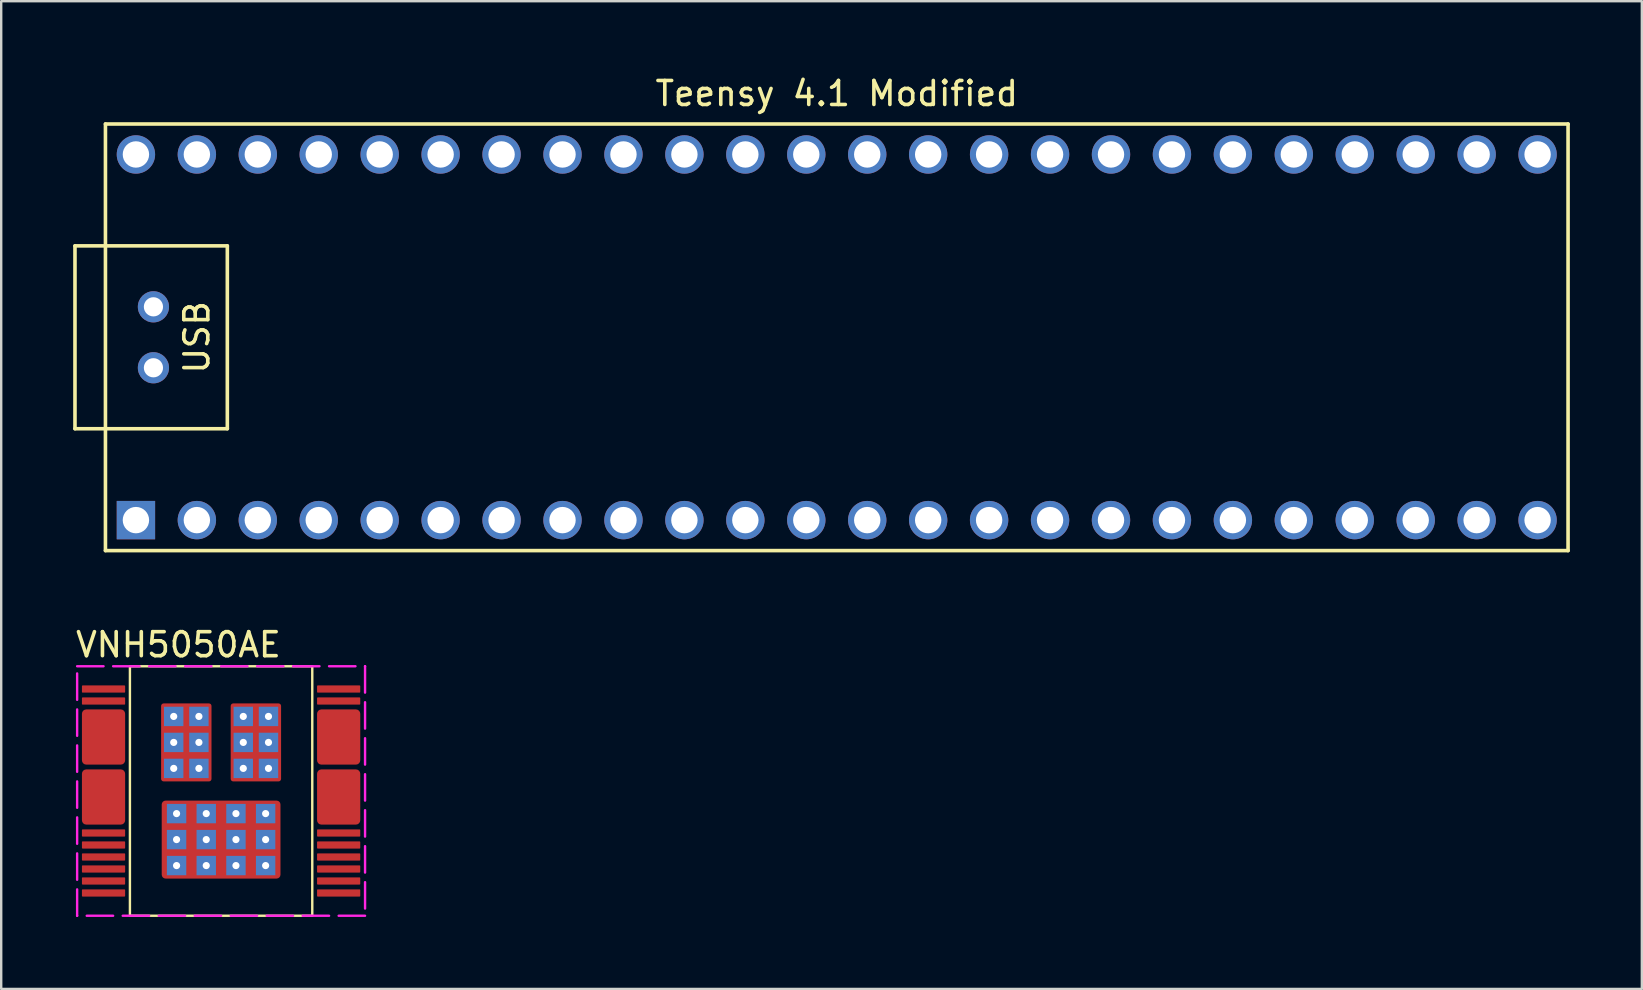
<source format=kicad_pcb>
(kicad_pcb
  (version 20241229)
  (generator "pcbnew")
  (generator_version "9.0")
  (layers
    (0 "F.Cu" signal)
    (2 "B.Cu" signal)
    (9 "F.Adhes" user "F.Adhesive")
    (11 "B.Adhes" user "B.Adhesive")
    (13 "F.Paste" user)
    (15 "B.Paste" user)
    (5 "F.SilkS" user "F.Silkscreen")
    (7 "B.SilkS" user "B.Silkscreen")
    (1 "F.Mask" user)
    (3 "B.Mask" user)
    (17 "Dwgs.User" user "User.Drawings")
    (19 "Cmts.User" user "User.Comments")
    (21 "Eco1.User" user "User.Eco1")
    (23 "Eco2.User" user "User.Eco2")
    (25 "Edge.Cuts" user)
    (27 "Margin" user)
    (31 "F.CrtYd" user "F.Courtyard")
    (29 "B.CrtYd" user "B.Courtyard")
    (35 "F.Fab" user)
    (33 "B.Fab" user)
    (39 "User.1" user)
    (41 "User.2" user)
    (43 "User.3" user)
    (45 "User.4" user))
  (footprint "VNH5050AE"
    (layer "F.Cu")
    (at 6.165 29.918)
    (property "Reference" "VNH5050AE" (at -1.778 -6.096 0) (layer "F.SilkS") (effects (font (size 1 1) (thickness 0.15))))
    (attr smd)
    (fp_rect (start -3.8 -5.2) (end 3.8 5.2) (stroke (width 0.1) (type default)) (fill no) (layer "F.SilkS"))
    (fp_poly (pts (xy -2.192 -3.174) (xy -0.708 -3.174) (xy -0.708 -0.876) (xy -2.192 -0.876)) (stroke (width 0.01) (type solid)) (fill yes) (layer "F.Paste"))
    (fp_poly (pts (xy 0.708 -3.174) (xy 2.192 -3.174) (xy 2.192 -0.876) (xy 0.708 -0.876)) (stroke (width 0.01) (type solid)) (fill yes) (layer "F.Paste"))
    (fp_rect (start -6 -5.2) (end 6 5.2) (stroke (width 0.1) (type dash)) (fill no) (layer "F.CrtYd"))
    (pad "2" smd roundrect (at -4.9 -3.75) (size 1.8 0.3) (layers "F.Cu" "F.Mask" "F.Paste") (roundrect_rratio 0.1))
    (pad "13" smd roundrect (at -4.9 1.75) (size 1.8 0.3) (layers "F.Cu" "F.Mask" "F.Paste") (roundrect_rratio 0.1))
    (pad "14" smd roundrect (at -4.9 2.25) (size 1.8 0.3) (layers "F.Cu" "F.Mask" "F.Paste") (roundrect_rratio 0.1))
    (pad "15" smd roundrect (at -4.9 2.75) (size 1.8 0.3) (layers "F.Cu" "F.Mask" "F.Paste") (roundrect_rratio 0.1))
    (pad "16" smd roundrect (at -4.9 3.25) (size 1.8 0.3) (layers "F.Cu" "F.Mask" "F.Paste") (roundrect_rratio 0.1))
    (pad "17" smd roundrect (at -4.9 3.75) (size 1.8 0.3) (layers "F.Cu" "F.Mask" "F.Paste") (roundrect_rratio 0.1))
    (pad "18" smd roundrect (at -4.9 4.25) (size 1.8 0.3) (layers "F.Cu" "F.Mask" "F.Paste") (roundrect_rratio 0.1))
    (pad "19" smd roundrect (at 4.9 4.25) (size 1.8 0.3) (layers "F.Cu" "F.Mask" "F.Paste") (roundrect_rratio 0.1))
    (pad "20" smd roundrect (at 4.9 3.75) (size 1.8 0.3) (layers "F.Cu" "F.Mask" "F.Paste") (roundrect_rratio 0.1))
    (pad "21" smd roundrect (at 4.9 3.25) (size 1.8 0.3) (layers "F.Cu" "F.Mask" "F.Paste") (roundrect_rratio 0.1))
    (pad "22" smd roundrect (at 4.9 2.75) (size 1.8 0.3) (layers "F.Cu" "F.Mask" "F.Paste") (roundrect_rratio 0.1))
    (pad "23" smd roundrect (at 4.9 2.25) (size 1.8 0.3) (layers "F.Cu" "F.Mask" "F.Paste") (roundrect_rratio 0.1))
    (pad "24" smd roundrect (at 4.9 1.75) (size 1.8 0.3) (layers "F.Cu" "F.Mask" "F.Paste") (roundrect_rratio 0.1))
    (pad "35" smd roundrect (at 4.9 -3.75) (size 1.8 0.3) (layers "F.Cu" "F.Mask" "F.Paste") (roundrect_rratio 0.1))
    (pad "37" thru_hole rect (at 0.925 -3.108) (size 0.808 0.808) (drill 0.3) (layers "*.Cu" "*.Mask"))
    (pad "37" thru_hole rect (at 0.925 -2.025) (size 0.808 0.808) (drill 0.3) (layers "*.Cu" "*.Mask"))
    (pad "37" thru_hole rect (at 0.925 -0.942) (size 0.808 0.808) (drill 0.3) (layers "*.Cu" "*.Mask"))
    (pad "37" smd roundrect (at 1.45 -2.025 180) (size 2.1 3.25) (layers "F.Cu" "F.Mask") (roundrect_rratio 0.05))
    (pad "37" thru_hole rect (at 1.975 -3.108) (size 0.808 0.808) (drill 0.3) (layers "*.Cu" "*.Mask"))
    (pad "37" thru_hole rect (at 1.975 -2.025) (size 0.808 0.808) (drill 0.3) (layers "*.Cu" "*.Mask"))
    (pad "37" thru_hole rect (at 1.975 -0.942) (size 0.808 0.808) (drill 0.3) (layers "*.Cu" "*.Mask"))
    (pad "37" smd roundrect (at 4.9 0.25) (size 1.8 2.3) (layers "F.Cu" "F.Mask" "F.Paste") (roundrect_rratio 0.1))
    (pad "38" smd roundrect (at -4.9 0.25) (size 1.8 2.3) (layers "F.Cu" "F.Mask" "F.Paste") (roundrect_rratio 0.1))
    (pad "38" thru_hole rect (at -1.975 -3.108) (size 0.808 0.808) (drill 0.3) (layers "*.Cu" "*.Mask"))
    (pad "38" thru_hole rect (at -1.975 -2.025) (size 0.808 0.808) (drill 0.3) (layers "*.Cu" "*.Mask"))
    (pad "38" thru_hole rect (at -1.975 -0.942) (size 0.808 0.808) (drill 0.3) (layers "*.Cu" "*.Mask"))
    (pad "38" smd roundrect (at -1.45 -2.025 180) (size 2.1 3.25) (layers "F.Cu" "F.Mask") (roundrect_rratio 0.05))
    (pad "38" thru_hole rect (at -0.925 -3.108) (size 0.808 0.808) (drill 0.3) (layers "*.Cu" "*.Mask"))
    (pad "38" thru_hole rect (at -0.925 -2.025) (size 0.808 0.808) (drill 0.3) (layers "*.Cu" "*.Mask"))
    (pad "38" thru_hole rect (at -0.925 -0.942) (size 0.808 0.808) (drill 0.3) (layers "*.Cu" "*.Mask"))
    (pad "39" thru_hole rect (at -1.856 0.942) (size 0.808 0.808) (drill 0.3) (layers "*.Cu" "*.Mask"))
    (pad "39" thru_hole rect (at -1.856 2.025) (size 0.808 0.808) (drill 0.3) (layers "*.Cu" "*.Mask"))
    (pad "39" thru_hole rect (at -1.856 3.108) (size 0.808 0.808) (drill 0.3) (layers "*.Cu" "*.Mask"))
    (pad "39" thru_hole rect (at -0.619 0.942) (size 0.808 0.808) (drill 0.3) (layers "*.Cu" "*.Mask"))
    (pad "39" thru_hole rect (at -0.619 2.025) (size 0.808 0.808) (drill 0.3) (layers "*.Cu" "*.Mask"))
    (pad "39" thru_hole rect (at -0.619 3.108) (size 0.808 0.808) (drill 0.3) (layers "*.Cu" "*.Mask"))
    (pad "39" smd roundrect (at 0 2.025 180) (size 4.95 3.25) (layers "F.Cu" "F.Mask") (roundrect_rratio 0.05))
    (pad "39" thru_hole rect (at 0.619 0.942) (size 0.808 0.808) (drill 0.3) (layers "*.Cu" "*.Mask"))
    (pad "39" thru_hole rect (at 0.619 2.025) (size 0.808 0.808) (drill 0.3) (layers "*.Cu" "*.Mask"))
    (pad "39" thru_hole rect (at 0.619 3.108) (size 0.808 0.808) (drill 0.3) (layers "*.Cu" "*.Mask"))
    (pad "39" thru_hole rect (at 1.856 0.942) (size 0.808 0.808) (drill 0.3) (layers "*.Cu" "*.Mask"))
    (pad "39" thru_hole rect (at 1.856 2.025) (size 0.808 0.808) (drill 0.3) (layers "*.Cu" "*.Mask"))
    (pad "39" thru_hole rect (at 1.856 3.108) (size 0.808 0.808) (drill 0.3) (layers "*.Cu" "*.Mask"))
    (pad "GND" smd roundrect (at -4.9 -4.25) (size 1.8 0.3) (layers "F.Cu" "F.Mask" "F.Paste") (roundrect_rratio 0.1))
    (pad "GND" smd roundrect (at -4.9 -2.25) (size 1.8 2.3) (layers "F.Cu" "F.Mask" "F.Paste") (roundrect_rratio 0.1))
    (pad "GND" smd roundrect (at 4.9 -4.25) (size 1.8 0.3) (layers "F.Cu" "F.Mask" "F.Paste") (roundrect_rratio 0.1))
    (pad "GND" smd roundrect (at 4.9 -2.25) (size 1.8 2.3) (layers "F.Cu" "F.Mask" "F.Paste") (roundrect_rratio 0.1)))
  (footprint "Teensy 4.1 Modified"
    (layer "F.Cu")
    (at 31.825 11.008)
    (property "Reference" "Teensy 4.1 Modified" (at 0 -10.16 0) (layer "F.SilkS") (effects (font (size 1 1) (thickness 0.15))))
    (attr through_hole)
    (fp_line (start -31.75 -3.81) (end -30.48 -3.81) (stroke (width 0.15) (type solid)) (layer "F.SilkS"))
    (fp_line (start -31.75 3.81) (end -31.75 -3.81) (stroke (width 0.15) (type solid)) (layer "F.SilkS"))
    (fp_line (start -30.48 -8.89) (end 30.48 -8.89) (stroke (width 0.15) (type solid)) (layer "F.SilkS"))
    (fp_line (start -30.48 3.81) (end -31.75 3.81) (stroke (width 0.15) (type solid)) (layer "F.SilkS"))
    (fp_line (start -30.48 8.89) (end -30.48 -8.89) (stroke (width 0.15) (type solid)) (layer "F.SilkS"))
    (fp_line (start -25.4 -3.81) (end -30.48 -3.81) (stroke (width 0.15) (type solid)) (layer "F.SilkS"))
    (fp_line (start -25.4 3.81) (end -30.48 3.81) (stroke (width 0.15) (type solid)) (layer "F.SilkS"))
    (fp_line (start -25.4 3.81) (end -25.4 -3.81) (stroke (width 0.15) (type solid)) (layer "F.SilkS"))
    (fp_line (start 30.48 -8.89) (end 30.48 8.89) (stroke (width 0.15) (type solid)) (layer "F.SilkS"))
    (fp_line (start 30.48 8.89) (end -30.48 8.89) (stroke (width 0.15) (type solid)) (layer "F.SilkS"))
    (fp_text user "USB" (at -26.67 0 270) (layer "F.SilkS") (effects (font (size 1 1) (thickness 0.15))))
    (pad "1" thru_hole rect (at -29.21 7.62) (size 1.6 1.6) (drill 1.1) (layers "*.Cu" "*.Mask"))
    (pad "2" thru_hole circle (at -26.67 7.62) (size 1.6 1.6) (drill 1.1) (layers "*.Cu" "*.Mask"))
    (pad "3" thru_hole circle (at -24.13 7.62) (size 1.6 1.6) (drill 1.1) (layers "*.Cu" "*.Mask"))
    (pad "4" thru_hole circle (at -21.59 7.62) (size 1.6 1.6) (drill 1.1) (layers "*.Cu" "*.Mask"))
    (pad "5" thru_hole circle (at -19.05 7.62) (size 1.6 1.6) (drill 1.1) (layers "*.Cu" "*.Mask"))
    (pad "6" thru_hole circle (at -16.51 7.62) (size 1.6 1.6) (drill 1.1) (layers "*.Cu" "*.Mask"))
    (pad "7" thru_hole circle (at -13.97 7.62) (size 1.6 1.6) (drill 1.1) (layers "*.Cu" "*.Mask"))
    (pad "8" thru_hole circle (at -11.43 7.62) (size 1.6 1.6) (drill 1.1) (layers "*.Cu" "*.Mask"))
    (pad "9" thru_hole circle (at -8.89 7.62) (size 1.6 1.6) (drill 1.1) (layers "*.Cu" "*.Mask"))
    (pad "10" thru_hole circle (at -6.35 7.62) (size 1.6 1.6) (drill 1.1) (layers "*.Cu" "*.Mask"))
    (pad "11" thru_hole circle (at -3.81 7.62) (size 1.6 1.6) (drill 1.1) (layers "*.Cu" "*.Mask"))
    (pad "12" thru_hole circle (at -1.27 7.62) (size 1.6 1.6) (drill 1.1) (layers "*.Cu" "*.Mask"))
    (pad "13" thru_hole circle (at 1.27 7.62) (size 1.6 1.6) (drill 1.1) (layers "*.Cu" "*.Mask"))
    (pad "14" thru_hole circle (at 3.81 7.62) (size 1.6 1.6) (drill 1.1) (layers "*.Cu" "*.Mask"))
    (pad "15" thru_hole circle (at 6.35 7.62) (size 1.6 1.6) (drill 1.1) (layers "*.Cu" "*.Mask"))
    (pad "16" thru_hole circle (at 8.89 7.62) (size 1.6 1.6) (drill 1.1) (layers "*.Cu" "*.Mask"))
    (pad "17" thru_hole circle (at 11.43 7.62) (size 1.6 1.6) (drill 1.1) (layers "*.Cu" "*.Mask"))
    (pad "18" thru_hole circle (at 13.97 7.62) (size 1.6 1.6) (drill 1.1) (layers "*.Cu" "*.Mask"))
    (pad "19" thru_hole circle (at 16.51 7.62) (size 1.6 1.6) (drill 1.1) (layers "*.Cu" "*.Mask"))
    (pad "20" thru_hole circle (at 19.05 7.62) (size 1.6 1.6) (drill 1.1) (layers "*.Cu" "*.Mask"))
    (pad "21" thru_hole circle (at 21.59 7.62) (size 1.6 1.6) (drill 1.1) (layers "*.Cu" "*.Mask"))
    (pad "22" thru_hole circle (at 24.13 7.62) (size 1.6 1.6) (drill 1.1) (layers "*.Cu" "*.Mask"))
    (pad "23" thru_hole circle (at 26.67 7.62) (size 1.6 1.6) (drill 1.1) (layers "*.Cu" "*.Mask"))
    (pad "24" thru_hole circle (at 29.21 7.62) (size 1.6 1.6) (drill 1.1) (layers "*.Cu" "*.Mask"))
    (pad "25" thru_hole circle (at 29.21 -7.62) (size 1.6 1.6) (drill 1.1) (layers "*.Cu" "*.Mask"))
    (pad "26" thru_hole circle (at 26.67 -7.62) (size 1.6 1.6) (drill 1.1) (layers "*.Cu" "*.Mask"))
    (pad "27" thru_hole circle (at 24.13 -7.62) (size 1.6 1.6) (drill 1.1) (layers "*.Cu" "*.Mask"))
    (pad "28" thru_hole circle (at 21.59 -7.62) (size 1.6 1.6) (drill 1.1) (layers "*.Cu" "*.Mask"))
    (pad "29" thru_hole circle (at 19.05 -7.62) (size 1.6 1.6) (drill 1.1) (layers "*.Cu" "*.Mask"))
    (pad "30" thru_hole circle (at 16.51 -7.62) (size 1.6 1.6) (drill 1.1) (layers "*.Cu" "*.Mask"))
    (pad "31" thru_hole circle (at 13.97 -7.62) (size 1.6 1.6) (drill 1.1) (layers "*.Cu" "*.Mask"))
    (pad "32" thru_hole circle (at 11.43 -7.62) (size 1.6 1.6) (drill 1.1) (layers "*.Cu" "*.Mask"))
    (pad "33" thru_hole circle (at 8.89 -7.62) (size 1.6 1.6) (drill 1.1) (layers "*.Cu" "*.Mask"))
    (pad "34" thru_hole circle (at 6.35 -7.62) (size 1.6 1.6) (drill 1.1) (layers "*.Cu" "*.Mask"))
    (pad "35" thru_hole circle (at 3.81 -7.62) (size 1.6 1.6) (drill 1.1) (layers "*.Cu" "*.Mask"))
    (pad "36" thru_hole circle (at 1.27 -7.62) (size 1.6 1.6) (drill 1.1) (layers "*.Cu" "*.Mask"))
    (pad "37" thru_hole circle (at -1.27 -7.62) (size 1.6 1.6) (drill 1.1) (layers "*.Cu" "*.Mask"))
    (pad "38" thru_hole circle (at -3.81 -7.62) (size 1.6 1.6) (drill 1.1) (layers "*.Cu" "*.Mask"))
    (pad "39" thru_hole circle (at -6.35 -7.62) (size 1.6 1.6) (drill 1.1) (layers "*.Cu" "*.Mask"))
    (pad "40" thru_hole circle (at -8.89 -7.62) (size 1.6 1.6) (drill 1.1) (layers "*.Cu" "*.Mask"))
    (pad "41" thru_hole circle (at -11.43 -7.62) (size 1.6 1.6) (drill 1.1) (layers "*.Cu" "*.Mask"))
    (pad "42" thru_hole circle (at -13.97 -7.62) (size 1.6 1.6) (drill 1.1) (layers "*.Cu" "*.Mask"))
    (pad "43" thru_hole circle (at -16.51 -7.62) (size 1.6 1.6) (drill 1.1) (layers "*.Cu" "*.Mask"))
    (pad "44" thru_hole circle (at -19.05 -7.62) (size 1.6 1.6) (drill 1.1) (layers "*.Cu" "*.Mask"))
    (pad "45" thru_hole circle (at -21.59 -7.62) (size 1.6 1.6) (drill 1.1) (layers "*.Cu" "*.Mask"))
    (pad "46" thru_hole circle (at -24.13 -7.62) (size 1.6 1.6) (drill 1.1) (layers "*.Cu" "*.Mask"))
    (pad "47" thru_hole circle (at -26.67 -7.62) (size 1.6 1.6) (drill 1.1) (layers "*.Cu" "*.Mask"))
    (pad "48" thru_hole circle (at -29.21 -7.62) (size 1.6 1.6) (drill 1.1) (layers "*.Cu" "*.Mask"))
    (pad "66" thru_hole circle (at -28.48 -1.27) (size 1.3 1.3) (drill 0.8) (layers "*.Cu" "*.Mask"))
    (pad "67" thru_hole circle (at -28.48 1.27) (size 1.3 1.3) (drill 0.8) (layers "*.Cu" "*.Mask")))
  (gr_rect
    (start -3 -3)
    (end 65.38 38.167)
    (stroke (width 0.1) (type default))
    (fill no)
    (layer "Edge.Cuts")))
</source>
